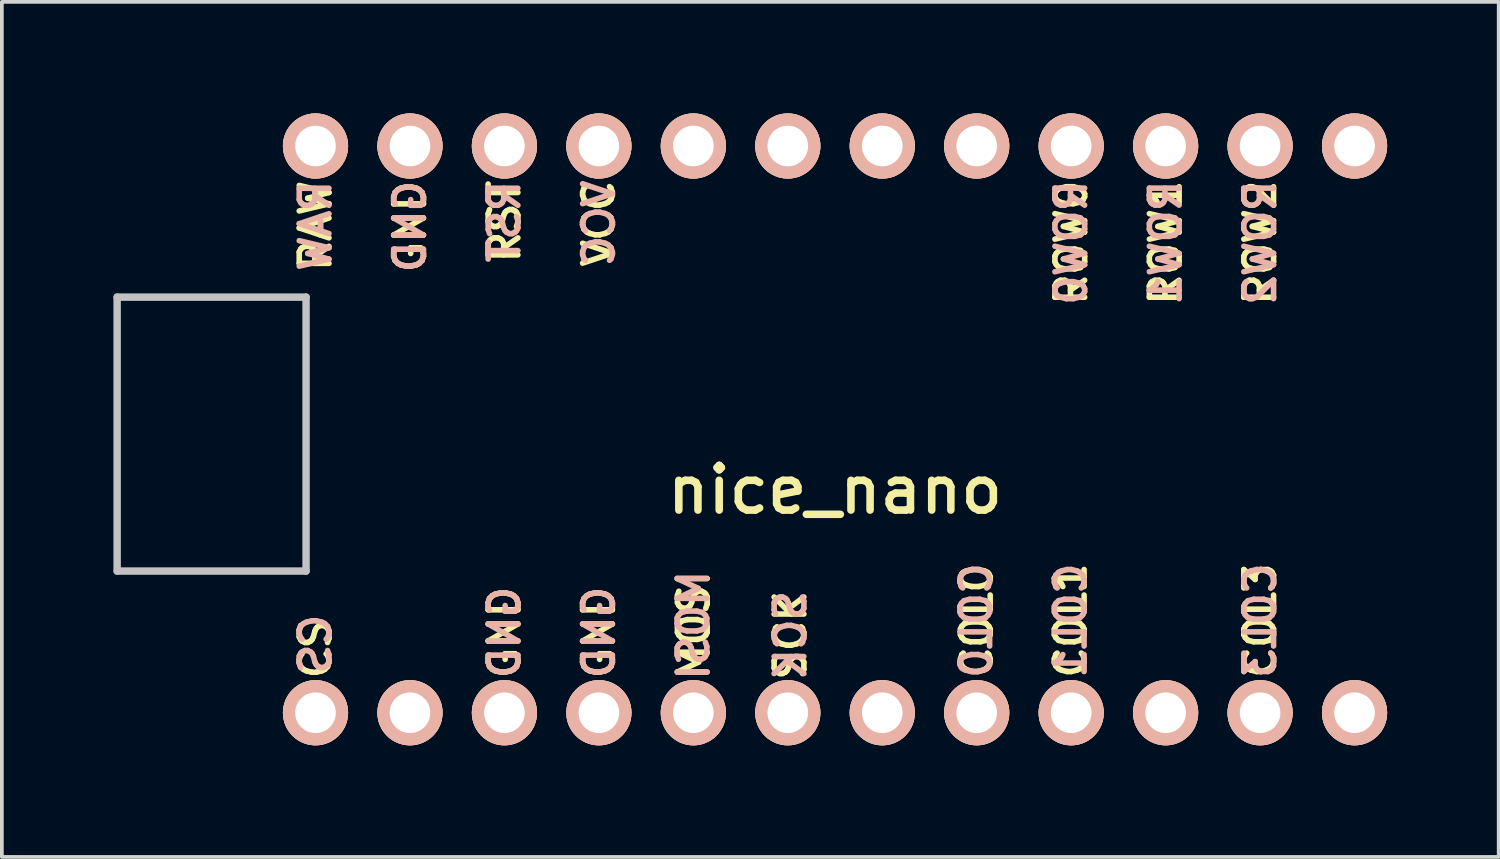
<source format=kicad_pcb>
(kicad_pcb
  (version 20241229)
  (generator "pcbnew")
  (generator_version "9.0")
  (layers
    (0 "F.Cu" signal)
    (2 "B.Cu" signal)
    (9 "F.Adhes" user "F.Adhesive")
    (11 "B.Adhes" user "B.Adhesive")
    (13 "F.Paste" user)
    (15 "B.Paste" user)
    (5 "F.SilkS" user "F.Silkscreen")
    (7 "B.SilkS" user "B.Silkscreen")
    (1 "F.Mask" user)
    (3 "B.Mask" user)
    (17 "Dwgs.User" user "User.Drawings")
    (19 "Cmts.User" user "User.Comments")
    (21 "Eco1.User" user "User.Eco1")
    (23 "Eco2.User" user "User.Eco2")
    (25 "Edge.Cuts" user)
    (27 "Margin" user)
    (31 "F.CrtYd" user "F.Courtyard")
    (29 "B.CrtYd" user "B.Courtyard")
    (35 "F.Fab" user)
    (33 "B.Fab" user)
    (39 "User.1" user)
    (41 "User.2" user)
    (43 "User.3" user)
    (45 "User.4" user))
  (footprint "nice_nano"
    (layer "F.Cu")
    (at 19.404 8.496)
    (property "Reference" "nice_nano" (at 0 1.625 180) (layer "F.SilkS") (effects (font (size 1.2 1.2) (thickness 0.203))))
    (attr through_hole)
    (fp_line (start -19.304 -3.556) (end -14.224 -3.556) (stroke (width 0.2) (type solid)) (layer "Dwgs.User"))
    (fp_line (start -19.304 3.81) (end -19.304 -3.556) (stroke (width 0.2) (type solid)) (layer "Dwgs.User"))
    (fp_line (start -14.224 -3.556) (end -14.224 3.81) (stroke (width 0.2) (type solid)) (layer "Dwgs.User"))
    (fp_line (start -14.224 3.81) (end -19.304 3.81) (stroke (width 0.2) (type solid)) (layer "Dwgs.User"))
    (fp_text user "RST" (at -8.89 -5.588 90) (layer "F.SilkS") (effects (font (size 0.8 0.8) (thickness 0.15))))
    (fp_text user "ROW1" (at 8.89 -5.02 90) (layer "F.SilkS") (effects (font (size 0.8 0.8) (thickness 0.15))))
    (fp_text user "COL3" (at 11.43 5.14 90) (layer "F.SilkS") (effects (font (size 0.8 0.8) (thickness 0.15))))
    (fp_text user "CS" (at -13.97 5.902 90) (layer "F.SilkS") (effects (font (size 0.8 0.8) (thickness 0.15))))
    (fp_text user "GND" (at -8.89 5.461 90) (layer "F.SilkS") (effects (font (size 0.8 0.8) (thickness 0.15))))
    (fp_text user "COL0" (at 3.81 5.14 90) (layer "F.SilkS") (effects (font (size 0.8 0.8) (thickness 0.15))))
    (fp_text user "ROW0" (at 6.35 -5.02 90) (layer "F.SilkS") (effects (font (size 0.8 0.8) (thickness 0.15))))
    (fp_text user "COL1" (at 6.335 5.14 90) (layer "F.SilkS") (effects (font (size 0.8 0.8) (thickness 0.15))))
    (fp_text user "GND" (at -11.43 -5.455 90) (layer "F.SilkS") (effects (font (size 0.8 0.8) (thickness 0.15))))
    (fp_text user "ROW2" (at 11.43 -5.02 90) (layer "F.SilkS") (effects (font (size 0.8 0.8) (thickness 0.15))))
    (fp_text user "RAW" (at -13.97 -5.474 90) (layer "F.SilkS") (effects (font (size 0.8 0.8) (thickness 0.15))))
    (fp_text user "VCC" (at -6.35 -5.537 90) (layer "F.SilkS") (effects (font (size 0.8 0.8) (thickness 0.15))))
    (fp_text user "SCK" (at -1.2 5.537 90) (layer "F.SilkS") (effects (font (size 0.8 0.8) (thickness 0.15))))
    (fp_text user "MOSI" (at -3.8 5.267 90) (layer "F.SilkS") (effects (font (size 0.8 0.8) (thickness 0.15))))
    (fp_text user "GND" (at -6.35 5.461 90) (layer "F.SilkS") (effects (font (size 0.8 0.8) (thickness 0.15))))
    (fp_text user "SCK" (at -1.2 5.537 90) (layer "B.SilkS") (effects (font (size 0.8 0.8) (thickness 0.15)) (justify mirror)))
    (fp_text user "GND" (at -8.89 5.461 90) (layer "B.SilkS") (effects (font (size 0.8 0.8) (thickness 0.15)) (justify mirror)))
    (fp_text user "MOSI" (at -3.81 5.267 90) (layer "B.SilkS") (effects (font (size 0.8 0.8) (thickness 0.15)) (justify mirror)))
    (fp_text user "VCC" (at -6.35 -5.537 90) (layer "B.SilkS") (effects (font (size 0.8 0.8) (thickness 0.15)) (justify mirror)))
    (fp_text user "GND" (at -11.43 -5.455 90) (layer "B.SilkS") (effects (font (size 0.8 0.8) (thickness 0.15)) (justify mirror)))
    (fp_text user "CS" (at -13.97 5.775 90) (layer "B.SilkS") (effects (font (size 0.8 0.8) (thickness 0.15)) (justify mirror)))
    (fp_text user "GND" (at -6.35 5.461 90) (layer "B.SilkS") (effects (font (size 0.8 0.8) (thickness 0.15)) (justify mirror)))
    (fp_text user "ROW0" (at 6.35 -5.02 90) (layer "B.SilkS") (effects (font (size 0.8 0.8) (thickness 0.15)) (justify mirror)))
    (fp_text user "COL3" (at 11.43 5.14 90) (layer "B.SilkS") (effects (font (size 0.8 0.8) (thickness 0.15)) (justify mirror)))
    (fp_text user "COL0" (at 3.795 5.14 90) (layer "B.SilkS") (effects (font (size 0.8 0.8) (thickness 0.15)) (justify mirror)))
    (fp_text user "COL1" (at 6.335 5.14 90) (layer "B.SilkS") (effects (font (size 0.8 0.8) (thickness 0.15)) (justify mirror)))
    (fp_text user "ROW1" (at 8.89 -5.02 90) (layer "B.SilkS") (effects (font (size 0.8 0.8) (thickness 0.15)) (justify mirror)))
    (fp_text user "RST" (at -8.89 -5.588 90) (layer "B.SilkS") (effects (font (size 0.8 0.8) (thickness 0.15)) (justify mirror)))
    (fp_text user "RAW" (at -13.97 -5.474 90) (layer "B.SilkS") (effects (font (size 0.8 0.8) (thickness 0.15)) (justify mirror)))
    (fp_text user "ROW2" (at 11.43 -5.02 90) (layer "B.SilkS") (effects (font (size 0.8 0.8) (thickness 0.15)) (justify mirror)))
    (pad "1" thru_hole circle (at -13.97 7.62) (size 1.753 1.753) (drill 1.092) (layers "*.Cu" "*.SilkS" "*.Mask"))
    (pad "2" thru_hole circle (at -11.43 7.62) (size 1.753 1.753) (drill 1.092) (layers "*.Cu" "*.SilkS" "*.Mask"))
    (pad "3" thru_hole circle (at -8.89 7.62) (size 1.753 1.753) (drill 1.092) (layers "*.Cu" "*.SilkS" "*.Mask"))
    (pad "4" thru_hole circle (at -6.35 7.62) (size 1.753 1.753) (drill 1.092) (layers "*.Cu" "*.SilkS" "*.Mask"))
    (pad "5" thru_hole circle (at -3.81 7.62) (size 1.753 1.753) (drill 1.092) (layers "*.Cu" "*.SilkS" "*.Mask"))
    (pad "6" thru_hole circle (at -1.27 7.62) (size 1.753 1.753) (drill 1.092) (layers "*.Cu" "*.SilkS" "*.Mask"))
    (pad "7" thru_hole circle (at 1.27 7.62) (size 1.753 1.753) (drill 1.092) (layers "*.Cu" "*.SilkS" "*.Mask"))
    (pad "8" thru_hole circle (at 3.81 7.62) (size 1.753 1.753) (drill 1.092) (layers "*.Cu" "*.SilkS" "*.Mask"))
    (pad "9" thru_hole circle (at 6.35 7.62) (size 1.753 1.753) (drill 1.092) (layers "*.Cu" "*.SilkS" "*.Mask"))
    (pad "10" thru_hole circle (at 8.89 7.62) (size 1.753 1.753) (drill 1.092) (layers "*.Cu" "*.SilkS" "*.Mask"))
    (pad "11" thru_hole circle (at 11.43 7.62) (size 1.753 1.753) (drill 1.092) (layers "*.Cu" "*.SilkS" "*.Mask"))
    (pad "12" thru_hole circle (at 13.97 7.62) (size 1.753 1.753) (drill 1.092) (layers "*.Cu" "*.SilkS" "*.Mask"))
    (pad "13" thru_hole circle (at 13.97 -7.62) (size 1.753 1.753) (drill 1.092) (layers "*.Cu" "*.SilkS" "*.Mask"))
    (pad "14" thru_hole circle (at 11.43 -7.62) (size 1.753 1.753) (drill 1.092) (layers "*.Cu" "*.SilkS" "*.Mask"))
    (pad "15" thru_hole circle (at 8.89 -7.62) (size 1.753 1.753) (drill 1.092) (layers "*.Cu" "*.SilkS" "*.Mask"))
    (pad "16" thru_hole circle (at 6.35 -7.62) (size 1.753 1.753) (drill 1.092) (layers "*.Cu" "*.SilkS" "*.Mask"))
    (pad "17" thru_hole circle (at 3.81 -7.62) (size 1.753 1.753) (drill 1.092) (layers "*.Cu" "*.SilkS" "*.Mask"))
    (pad "18" thru_hole circle (at 1.27 -7.62) (size 1.753 1.753) (drill 1.092) (layers "*.Cu" "*.SilkS" "*.Mask"))
    (pad "19" thru_hole circle (at -1.27 -7.62) (size 1.753 1.753) (drill 1.092) (layers "*.Cu" "*.SilkS" "*.Mask"))
    (pad "20" thru_hole circle (at -3.81 -7.62) (size 1.753 1.753) (drill 1.092) (layers "*.Cu" "*.SilkS" "*.Mask"))
    (pad "21" thru_hole circle (at -6.35 -7.62) (size 1.753 1.753) (drill 1.092) (layers "*.Cu" "*.SilkS" "*.Mask"))
    (pad "22" thru_hole circle (at -8.89 -7.62) (size 1.753 1.753) (drill 1.092) (layers "*.Cu" "*.SilkS" "*.Mask"))
    (pad "23" thru_hole circle (at -11.43 -7.62) (size 1.753 1.753) (drill 1.092) (layers "*.Cu" "*.SilkS" "*.Mask"))
    (pad "24" thru_hole circle (at -13.97 -7.62) (size 1.753 1.753) (drill 1.092) (layers "*.Cu" "*.SilkS" "*.Mask")))
  (gr_rect
    (start -3 -3)
    (end 37.25 19.993)
    (stroke (width 0.1) (type default))
    (fill no)
    (layer "Edge.Cuts")))
</source>
